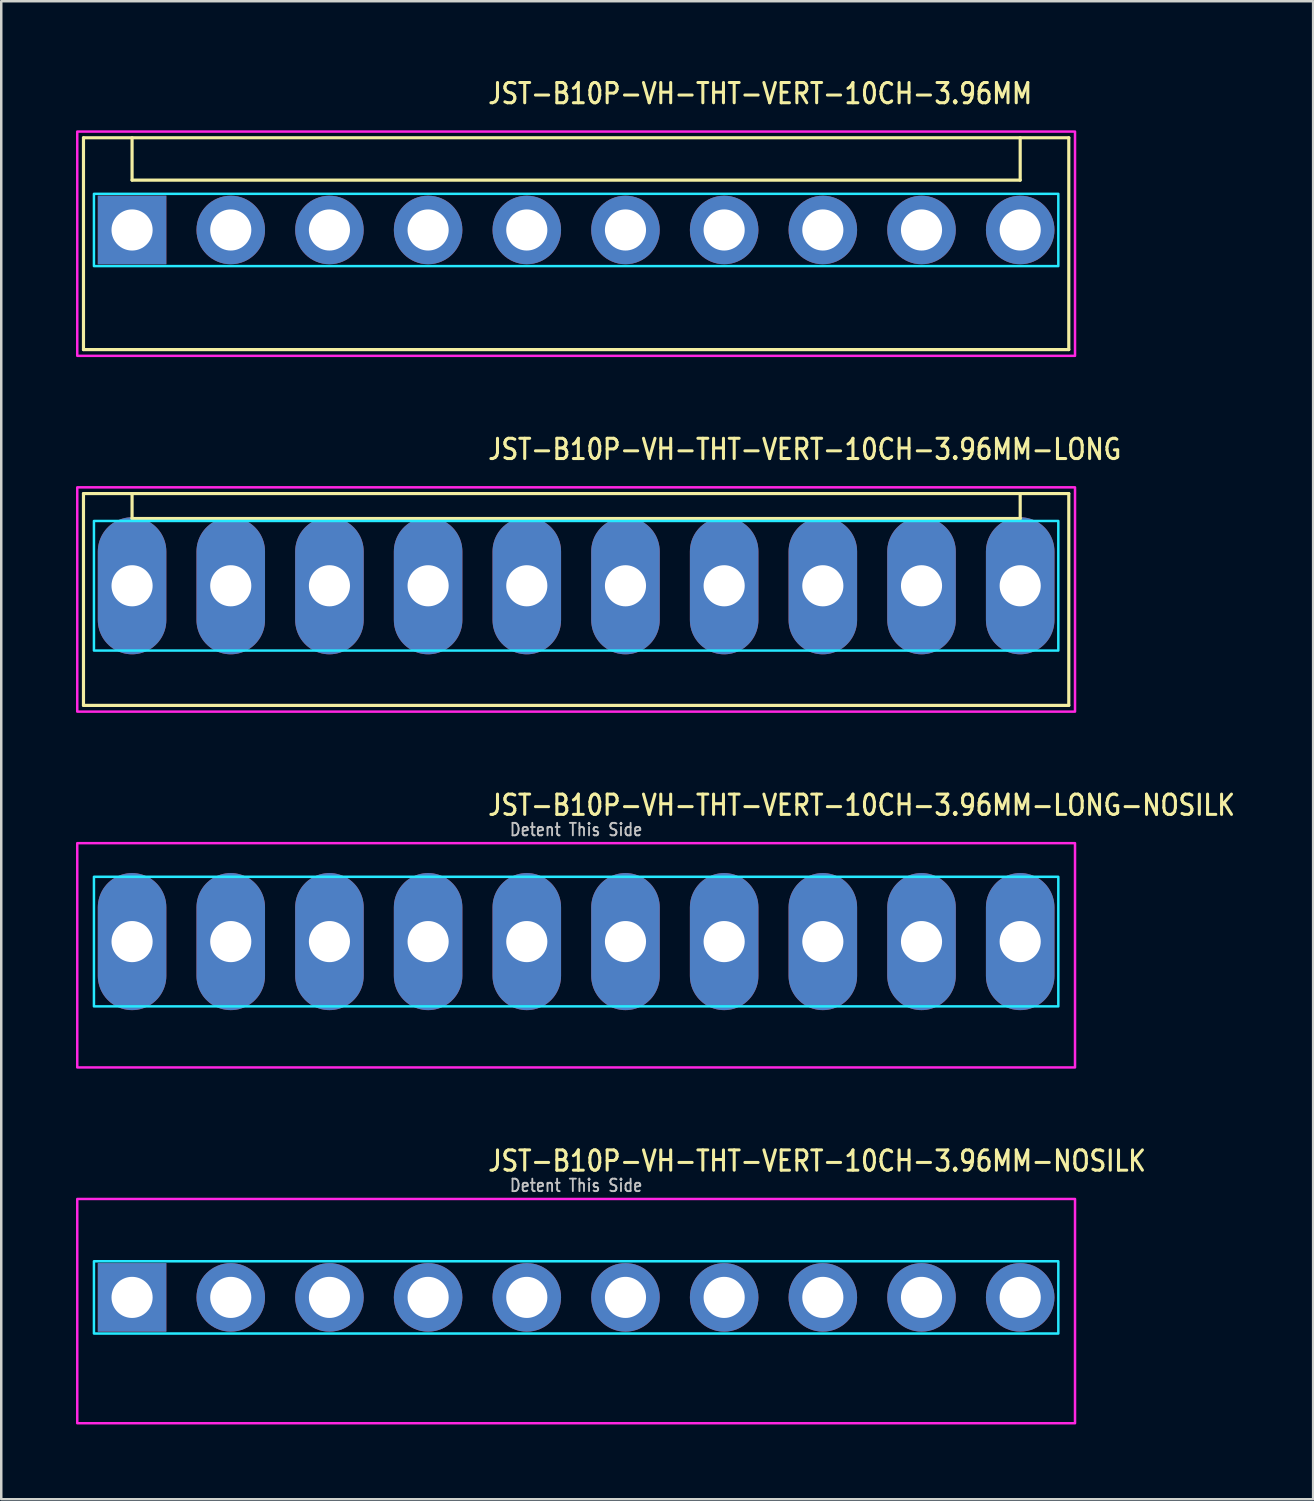
<source format=kicad_pcb>
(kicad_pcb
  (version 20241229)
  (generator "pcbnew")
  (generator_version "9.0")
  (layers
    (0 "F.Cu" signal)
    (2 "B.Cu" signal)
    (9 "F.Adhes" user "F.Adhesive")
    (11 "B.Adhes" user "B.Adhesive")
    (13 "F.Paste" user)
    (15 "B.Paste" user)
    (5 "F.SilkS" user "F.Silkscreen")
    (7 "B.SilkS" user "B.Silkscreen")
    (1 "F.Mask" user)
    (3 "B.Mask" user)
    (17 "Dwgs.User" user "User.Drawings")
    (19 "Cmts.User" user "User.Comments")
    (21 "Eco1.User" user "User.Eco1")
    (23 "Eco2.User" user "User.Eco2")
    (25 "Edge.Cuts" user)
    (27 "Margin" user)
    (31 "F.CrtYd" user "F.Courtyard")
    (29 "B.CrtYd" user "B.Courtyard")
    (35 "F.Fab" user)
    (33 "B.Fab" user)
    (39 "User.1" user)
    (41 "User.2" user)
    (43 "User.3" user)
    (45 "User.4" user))
  (footprint "JST-B10P-VH-THT-VERT-10CH-3.96MM-NOSILK"
    (layer "F.Cu")
    (at 20.07 49.014)
    (property "Reference" "JST-B10P-VH-THT-VERT-10CH-3.96MM-NOSILK" (at -3.6 -5 0) (unlocked yes) (layer "F.SilkS") (effects (font (size 0.813 0.695) (thickness 0.122)) (justify left bottom)))
    (fp_poly (pts (xy -19.35 -1.45) (xy -19.35 1.45) (xy 19.35 1.45) (xy 19.35 -1.45)) (stroke (width 0.1) (type solid)) (fill no) (layer "B.CrtYd"))
    (fp_poly (pts (xy -20.02 -3.95) (xy -20.02 5.05) (xy 20.02 5.05) (xy 20.02 -3.95)) (stroke (width 0.1) (type solid)) (fill no) (layer "F.CrtYd"))
    (fp_text user "Detent This Side" (at 0 -4.2 0) (unlocked yes) (layer "Dwgs.User") (effects (font (size 0.5 0.427) (thickness 0.075)) (justify bottom)))
    (pad "1" thru_hole rect (at -17.82 0) (size 2.75 2.75) (drill 1.65) (layers "*.Cu" "*.Mask"))
    (pad "2" thru_hole oval (at -13.86 0) (size 2.75 2.75) (drill 1.65) (layers "*.Cu" "*.Mask"))
    (pad "3" thru_hole oval (at -9.9 0) (size 2.75 2.75) (drill 1.65) (layers "*.Cu" "*.Mask"))
    (pad "4" thru_hole oval (at -5.94 0) (size 2.75 2.75) (drill 1.65) (layers "*.Cu" "*.Mask"))
    (pad "5" thru_hole oval (at -1.98 0) (size 2.75 2.75) (drill 1.65) (layers "*.Cu" "*.Mask"))
    (pad "6" thru_hole oval (at 1.98 0) (size 2.75 2.75) (drill 1.65) (layers "*.Cu" "*.Mask"))
    (pad "7" thru_hole oval (at 5.94 0) (size 2.75 2.75) (drill 1.65) (layers "*.Cu" "*.Mask"))
    (pad "8" thru_hole oval (at 9.9 0) (size 2.75 2.75) (drill 1.65) (layers "*.Cu" "*.Mask"))
    (pad "9" thru_hole oval (at 13.86 0) (size 2.75 2.75) (drill 1.65) (layers "*.Cu" "*.Mask"))
    (pad "10" thru_hole oval (at 17.82 0) (size 2.75 2.75) (drill 1.65) (layers "*.Cu" "*.Mask")))
  (footprint "JST-B10P-VH-THT-VERT-10CH-3.96MM-LONG-NOSILK"
    (layer "F.Cu")
    (at 20.07 34.736)
    (property "Reference" "JST-B10P-VH-THT-VERT-10CH-3.96MM-LONG-NOSILK" (at -3.6 -5 0) (unlocked yes) (layer "F.SilkS") (effects (font (size 0.813 0.695) (thickness 0.122)) (justify left bottom)))
    (fp_poly (pts (xy -19.35 -2.6) (xy -19.35 2.6) (xy 19.35 2.6) (xy 19.35 -2.6)) (stroke (width 0.1) (type solid)) (fill no) (layer "B.CrtYd"))
    (fp_poly (pts (xy -20.02 -3.95) (xy -20.02 5.05) (xy 20.02 5.05) (xy 20.02 -3.95)) (stroke (width 0.1) (type solid)) (fill no) (layer "F.CrtYd"))
    (fp_text user "Detent This Side" (at 0 -4.2 0) (unlocked yes) (layer "Dwgs.User") (effects (font (size 0.5 0.427) (thickness 0.075)) (justify bottom)))
    (pad "1" thru_hole oval (at -17.82 0 90) (size 5.5 2.75) (drill 1.65) (layers "*.Cu" "*.Mask"))
    (pad "2" thru_hole oval (at -13.86 0 90) (size 5.5 2.75) (drill 1.65) (layers "*.Cu" "*.Mask"))
    (pad "3" thru_hole oval (at -9.9 0 90) (size 5.5 2.75) (drill 1.65) (layers "*.Cu" "*.Mask"))
    (pad "4" thru_hole oval (at -5.94 0 90) (size 5.5 2.75) (drill 1.65) (layers "*.Cu" "*.Mask"))
    (pad "5" thru_hole oval (at -1.98 0 90) (size 5.5 2.75) (drill 1.65) (layers "*.Cu" "*.Mask"))
    (pad "6" thru_hole oval (at 1.98 0 90) (size 5.5 2.75) (drill 1.65) (layers "*.Cu" "*.Mask"))
    (pad "7" thru_hole oval (at 5.94 0 90) (size 5.5 2.75) (drill 1.65) (layers "*.Cu" "*.Mask"))
    (pad "8" thru_hole oval (at 9.9 0 90) (size 5.5 2.75) (drill 1.65) (layers "*.Cu" "*.Mask"))
    (pad "9" thru_hole oval (at 13.86 0 90) (size 5.5 2.75) (drill 1.65) (layers "*.Cu" "*.Mask"))
    (pad "10" thru_hole oval (at 17.82 0 90) (size 5.5 2.75) (drill 1.65) (layers "*.Cu" "*.Mask")))
  (footprint "JST-B10P-VH-THT-VERT-10CH-3.96MM"
    (layer "F.Cu")
    (at 20.07 6.179)
    (property "Reference" "JST-B10P-VH-THT-VERT-10CH-3.96MM" (at -3.6 -5 0) (unlocked yes) (layer "F.SilkS") (effects (font (size 0.813 0.695) (thickness 0.122)) (justify left bottom)))
    (fp_line (start -19.77 -3.7) (end 19.77 -3.7) (stroke (width 0.127) (type solid)) (layer "F.SilkS"))
    (fp_line (start -19.77 4.8) (end -19.77 -3.7) (stroke (width 0.127) (type solid)) (layer "F.SilkS"))
    (fp_line (start -19.77 4.8) (end 19.77 4.8) (stroke (width 0.127) (type solid)) (layer "F.SilkS"))
    (fp_line (start -17.82 -3.7) (end -17.82 -2) (stroke (width 0.127) (type solid)) (layer "F.SilkS"))
    (fp_line (start -17.82 -2) (end 17.82 -2) (stroke (width 0.127) (type solid)) (layer "F.SilkS"))
    (fp_line (start 17.82 -3.7) (end 17.82 -2) (stroke (width 0.127) (type solid)) (layer "F.SilkS"))
    (fp_line (start 19.77 -3.7) (end 19.77 4.8) (stroke (width 0.127) (type solid)) (layer "F.SilkS"))
    (fp_poly (pts (xy -19.35 -1.45) (xy -19.35 1.45) (xy 19.35 1.45) (xy 19.35 -1.45)) (stroke (width 0.1) (type solid)) (fill no) (layer "B.CrtYd"))
    (fp_poly (pts (xy -20.02 -3.95) (xy -20.02 5.05) (xy 20.02 5.05) (xy 20.02 -3.95)) (stroke (width 0.1) (type solid)) (fill no) (layer "F.CrtYd"))
    (pad "1" thru_hole rect (at -17.82 0) (size 2.75 2.75) (drill 1.65) (layers "*.Cu" "*.Mask"))
    (pad "2" thru_hole oval (at -13.86 0) (size 2.75 2.75) (drill 1.65) (layers "*.Cu" "*.Mask"))
    (pad "3" thru_hole oval (at -9.9 0) (size 2.75 2.75) (drill 1.65) (layers "*.Cu" "*.Mask"))
    (pad "4" thru_hole oval (at -5.94 0) (size 2.75 2.75) (drill 1.65) (layers "*.Cu" "*.Mask"))
    (pad "5" thru_hole oval (at -1.98 0) (size 2.75 2.75) (drill 1.65) (layers "*.Cu" "*.Mask"))
    (pad "6" thru_hole oval (at 1.98 0) (size 2.75 2.75) (drill 1.65) (layers "*.Cu" "*.Mask"))
    (pad "7" thru_hole oval (at 5.94 0) (size 2.75 2.75) (drill 1.65) (layers "*.Cu" "*.Mask"))
    (pad "8" thru_hole oval (at 9.9 0) (size 2.75 2.75) (drill 1.65) (layers "*.Cu" "*.Mask"))
    (pad "9" thru_hole oval (at 13.86 0) (size 2.75 2.75) (drill 1.65) (layers "*.Cu" "*.Mask"))
    (pad "10" thru_hole oval (at 17.82 0) (size 2.75 2.75) (drill 1.65) (layers "*.Cu" "*.Mask")))
  (footprint "JST-B10P-VH-THT-VERT-10CH-3.96MM-LONG"
    (layer "F.Cu")
    (at 20.07 20.457)
    (property "Reference" "JST-B10P-VH-THT-VERT-10CH-3.96MM-LONG" (at -3.6 -5 0) (unlocked yes) (layer "F.SilkS") (effects (font (size 0.813 0.695) (thickness 0.122)) (justify left bottom)))
    (fp_line (start -19.77 -3.7) (end 19.77 -3.7) (stroke (width 0.127) (type solid)) (layer "F.SilkS"))
    (fp_line (start -19.77 4.8) (end -19.77 -3.7) (stroke (width 0.127) (type solid)) (layer "F.SilkS"))
    (fp_line (start -19.77 4.8) (end 19.77 4.8) (stroke (width 0.127) (type solid)) (layer "F.SilkS"))
    (fp_line (start -17.82 -3.7) (end -17.82 -2.7) (stroke (width 0.127) (type solid)) (layer "F.SilkS"))
    (fp_line (start -17.82 -2.7) (end 17.82 -2.7) (stroke (width 0.127) (type solid)) (layer "F.SilkS"))
    (fp_line (start 17.82 -3.7) (end 17.82 -2.7) (stroke (width 0.127) (type solid)) (layer "F.SilkS"))
    (fp_line (start 19.77 -3.7) (end 19.77 4.8) (stroke (width 0.127) (type solid)) (layer "F.SilkS"))
    (fp_poly (pts (xy -19.35 -2.6) (xy -19.35 2.6) (xy 19.35 2.6) (xy 19.35 -2.6)) (stroke (width 0.1) (type solid)) (fill no) (layer "B.CrtYd"))
    (fp_poly (pts (xy -20.02 -3.95) (xy -20.02 5.05) (xy 20.02 5.05) (xy 20.02 -3.95)) (stroke (width 0.1) (type solid)) (fill no) (layer "F.CrtYd"))
    (pad "1" thru_hole oval (at -17.82 0 90) (size 5.5 2.75) (drill 1.65) (layers "*.Cu" "*.Mask"))
    (pad "2" thru_hole oval (at -13.86 0 90) (size 5.5 2.75) (drill 1.65) (layers "*.Cu" "*.Mask"))
    (pad "3" thru_hole oval (at -9.9 0 90) (size 5.5 2.75) (drill 1.65) (layers "*.Cu" "*.Mask"))
    (pad "4" thru_hole oval (at -5.94 0 90) (size 5.5 2.75) (drill 1.65) (layers "*.Cu" "*.Mask"))
    (pad "5" thru_hole oval (at -1.98 0 90) (size 5.5 2.75) (drill 1.65) (layers "*.Cu" "*.Mask"))
    (pad "6" thru_hole oval (at 1.98 0 90) (size 5.5 2.75) (drill 1.65) (layers "*.Cu" "*.Mask"))
    (pad "7" thru_hole oval (at 5.94 0 90) (size 5.5 2.75) (drill 1.65) (layers "*.Cu" "*.Mask"))
    (pad "8" thru_hole oval (at 9.9 0 90) (size 5.5 2.75) (drill 1.65) (layers "*.Cu" "*.Mask"))
    (pad "9" thru_hole oval (at 13.86 0 90) (size 5.5 2.75) (drill 1.65) (layers "*.Cu" "*.Mask"))
    (pad "10" thru_hole oval (at 17.82 0 90) (size 5.5 2.75) (drill 1.65) (layers "*.Cu" "*.Mask")))
  (gr_rect
    (start -3 -3)
    (end 49.646 57.114)
    (stroke (width 0.1) (type default))
    (fill no)
    (layer "Edge.Cuts")))
</source>
